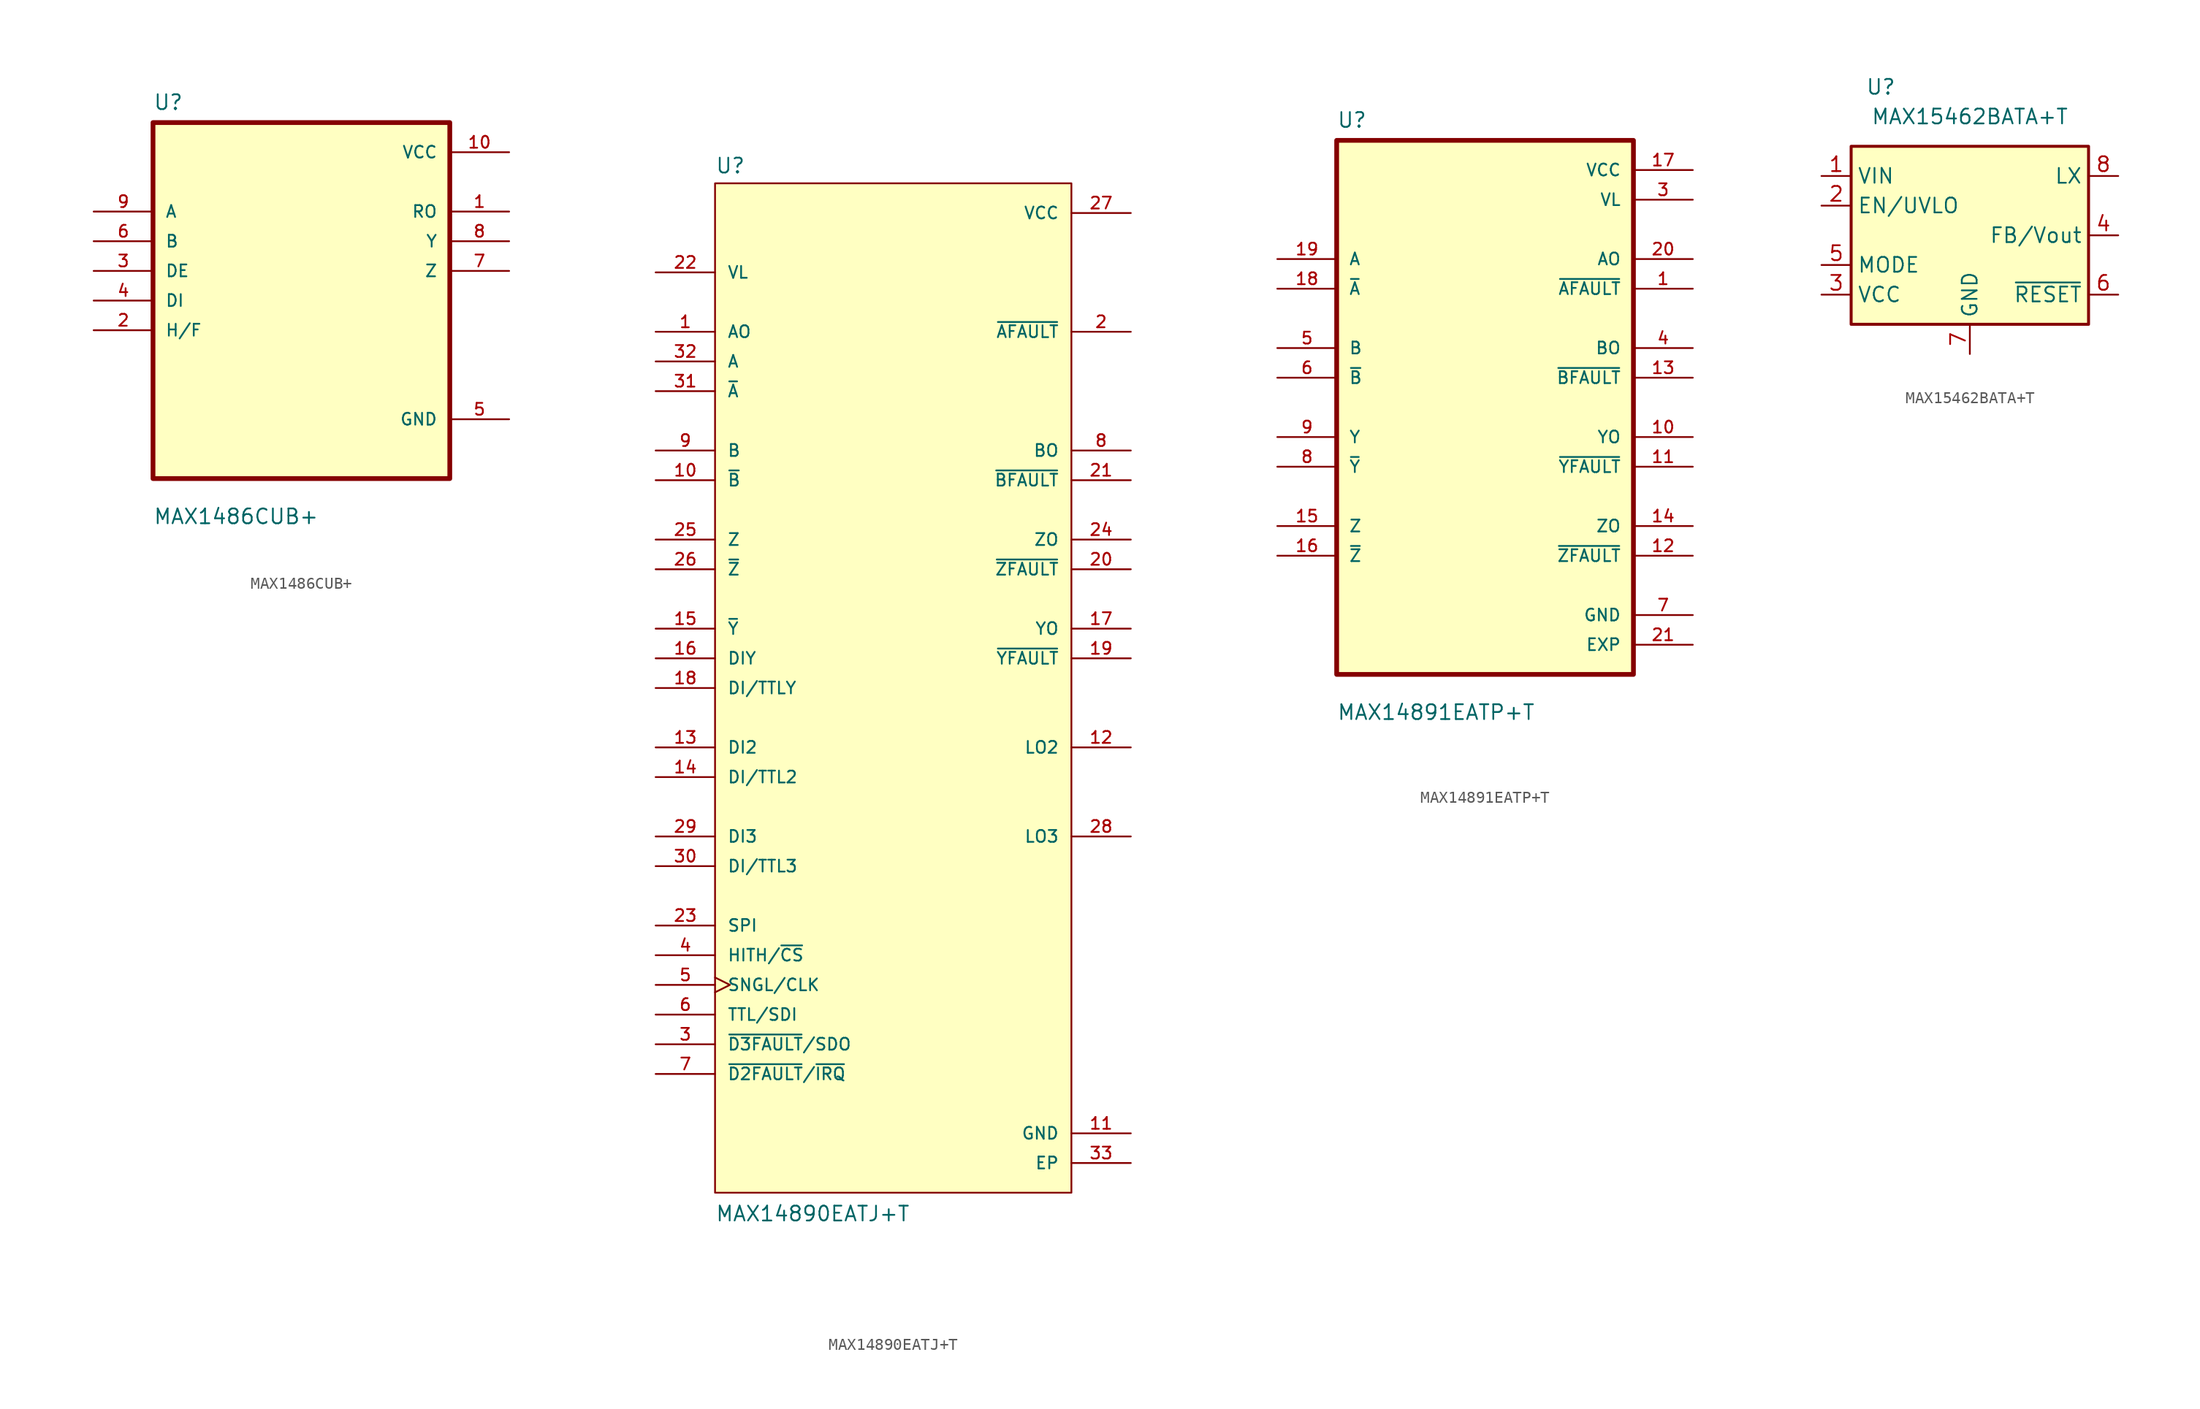
<source format=kicad_sym>
(kicad_symbol_lib
  (version 20211014)
  (generator kicad_symbol_editor)
  (symbol "MAX1486CUB+"
    (pin_names
      (offset 1.016))
    (property "Reference" "U"
      (at -12.7 16.231 0)
      (effects (font (size 1.27 1.27)) (justify left bottom)))
    (property "Value" "MAX1486CUB+"
      (at -12.7 -19.228 0)
      (effects (font (size 1.27 1.27)) (justify left bottom)))
    (property "ki_locked" ""
      (at 0 0 0)
      (effects (font (size 1.27 1.27))))
    (symbol "MAX1486CUB+_0_0"
      (rectangle (start -12.7 -15.24) (end 12.7 15.24) (stroke (width 0.406) (type default) (color 0 0 0 0)) (fill (type background)))
      (pin output line (at 17.78 7.62 180) (length 5.08) (name "RO" (effects (font (size 1.016 1.016)))) (number "1" (effects (font (size 1.016 1.016)))))
      (pin power_in line (at 17.78 12.7 180) (length 5.08) (name "VCC" (effects (font (size 1.016 1.016)))) (number "10" (effects (font (size 1.016 1.016)))))
      (pin input line (at -17.78 -2.54 0) (length 5.08) (name "H/F" (effects (font (size 1.016 1.016)))) (number "2" (effects (font (size 1.016 1.016)))))
      (pin input line (at -17.78 2.54 0) (length 5.08) (name "DE" (effects (font (size 1.016 1.016)))) (number "3" (effects (font (size 1.016 1.016)))))
      (pin input line (at -17.78 0 0) (length 5.08) (name "DI" (effects (font (size 1.016 1.016)))) (number "4" (effects (font (size 1.016 1.016)))))
      (pin power_in line (at 17.78 -10.16 180) (length 5.08) (name "GND" (effects (font (size 1.016 1.016)))) (number "5" (effects (font (size 1.016 1.016)))))
      (pin input line (at -17.78 5.08 0) (length 5.08) (name "B" (effects (font (size 1.016 1.016)))) (number "6" (effects (font (size 1.016 1.016)))))
      (pin output line (at 17.78 2.54 180) (length 5.08) (name "Z" (effects (font (size 1.016 1.016)))) (number "7" (effects (font (size 1.016 1.016)))))
      (pin output line (at 17.78 5.08 180) (length 5.08) (name "Y" (effects (font (size 1.016 1.016)))) (number "8" (effects (font (size 1.016 1.016)))))
      (pin input line (at -17.78 7.62 0) (length 5.08) (name "A" (effects (font (size 1.016 1.016)))) (number "9" (effects (font (size 1.016 1.016)))))))
  (symbol "MAX14890EATJ+T"
    (pin_names
      (offset 1.016))
    (property "Reference" "U"
      (at -15.24 43.942 0)
      (effects (font (size 1.27 1.27)) (justify left bottom)))
    (property "Value" "MAX14890EATJ+T"
      (at -15.24 -45.72 0)
      (effects (font (size 1.27 1.27)) (justify left bottom)))
    (property "ki_locked" ""
      (at 0 0 0)
      (effects (font (size 1.27 1.27))))
    (symbol "MAX14890EATJ+T_0_0"
      (rectangle (start -15.24 -43.18) (end 15.24 43.18) (stroke (width 0.152) (type default) (color 0 0 0 0)) (fill (type background)))
      (pin input line (at -20.32 30.48 0) (length 5.08) (name "AO" (effects (font (size 1.016 1.016)))) (number "1" (effects (font (size 1.016 1.016)))))
      (pin input line (at -20.32 17.78 0) (length 5.08) (name "~{B}" (effects (font (size 1.016 1.016)))) (number "10" (effects (font (size 1.016 1.016)))))
      (pin power_in line (at 20.32 -38.1 180) (length 5.08) (name "GND" (effects (font (size 1.016 1.016)))) (number "11" (effects (font (size 1.016 1.016)))))
      (pin output line (at 20.32 -5.08 180) (length 5.08) (name "LO2" (effects (font (size 1.016 1.016)))) (number "12" (effects (font (size 1.016 1.016)))))
      (pin input line (at -20.32 -5.08 0) (length 5.08) (name "DI2" (effects (font (size 1.016 1.016)))) (number "13" (effects (font (size 1.016 1.016)))))
      (pin input line (at -20.32 -7.62 0) (length 5.08) (name "DI/TTL2" (effects (font (size 1.016 1.016)))) (number "14" (effects (font (size 1.016 1.016)))))
      (pin input line (at -20.32 5.08 0) (length 5.08) (name "~{Y}" (effects (font (size 1.016 1.016)))) (number "15" (effects (font (size 1.016 1.016)))))
      (pin input line (at -20.32 2.54 0) (length 5.08) (name "DIY" (effects (font (size 1.016 1.016)))) (number "16" (effects (font (size 1.016 1.016)))))
      (pin output line (at 20.32 5.08 180) (length 5.08) (name "YO" (effects (font (size 1.016 1.016)))) (number "17" (effects (font (size 1.016 1.016)))))
      (pin input line (at -20.32 0 0) (length 5.08) (name "DI/TTLY" (effects (font (size 1.016 1.016)))) (number "18" (effects (font (size 1.016 1.016)))))
      (pin output line (at 20.32 2.54 180) (length 5.08) (name "~{YFAULT}" (effects (font (size 1.016 1.016)))) (number "19" (effects (font (size 1.016 1.016)))))
      (pin output line (at 20.32 30.48 180) (length 5.08) (name "~{AFAULT}" (effects (font (size 1.016 1.016)))) (number "2" (effects (font (size 1.016 1.016)))))
      (pin output line (at 20.32 10.16 180) (length 5.08) (name "~{ZFAULT}" (effects (font (size 1.016 1.016)))) (number "20" (effects (font (size 1.016 1.016)))))
      (pin output line (at 20.32 17.78 180) (length 5.08) (name "~{BFAULT}" (effects (font (size 1.016 1.016)))) (number "21" (effects (font (size 1.016 1.016)))))
      (pin input line (at -20.32 35.56 0) (length 5.08) (name "VL" (effects (font (size 1.016 1.016)))) (number "22" (effects (font (size 1.016 1.016)))))
      (pin input line (at -20.32 -20.32 0) (length 5.08) (name "SPI" (effects (font (size 1.016 1.016)))) (number "23" (effects (font (size 1.016 1.016)))))
      (pin output line (at 20.32 12.7 180) (length 5.08) (name "ZO" (effects (font (size 1.016 1.016)))) (number "24" (effects (font (size 1.016 1.016)))))
      (pin input line (at -20.32 12.7 0) (length 5.08) (name "Z" (effects (font (size 1.016 1.016)))) (number "25" (effects (font (size 1.016 1.016)))))
      (pin input line (at -20.32 10.16 0) (length 5.08) (name "~{Z}" (effects (font (size 1.016 1.016)))) (number "26" (effects (font (size 1.016 1.016)))))
      (pin power_in line (at 20.32 40.64 180) (length 5.08) (name "VCC" (effects (font (size 1.016 1.016)))) (number "27" (effects (font (size 1.016 1.016)))))
      (pin output line (at 20.32 -12.7 180) (length 5.08) (name "LO3" (effects (font (size 1.016 1.016)))) (number "28" (effects (font (size 1.016 1.016)))))
      (pin input line (at -20.32 -12.7 0) (length 5.08) (name "DI3" (effects (font (size 1.016 1.016)))) (number "29" (effects (font (size 1.016 1.016)))))
      (pin output line (at -20.32 -30.48 0) (length 5.08) (name "~{D3FAULT}/SDO" (effects (font (size 1.016 1.016)))) (number "3" (effects (font (size 1.016 1.016)))))
      (pin input line (at -20.32 -15.24 0) (length 5.08) (name "DI/TTL3" (effects (font (size 1.016 1.016)))) (number "30" (effects (font (size 1.016 1.016)))))
      (pin input line (at -20.32 25.4 0) (length 5.08) (name "~{A}" (effects (font (size 1.016 1.016)))) (number "31" (effects (font (size 1.016 1.016)))))
      (pin input line (at -20.32 27.94 0) (length 5.08) (name "A" (effects (font (size 1.016 1.016)))) (number "32" (effects (font (size 1.016 1.016)))))
      (pin power_in line (at 20.32 -40.64 180) (length 5.08) (name "EP" (effects (font (size 1.016 1.016)))) (number "33" (effects (font (size 1.016 1.016)))))
      (pin input line (at -20.32 -22.86 0) (length 5.08) (name "HITH/~{CS}" (effects (font (size 1.016 1.016)))) (number "4" (effects (font (size 1.016 1.016)))))
      (pin input clock (at -20.32 -25.4 0) (length 5.08) (name "SNGL/CLK" (effects (font (size 1.016 1.016)))) (number "5" (effects (font (size 1.016 1.016)))))
      (pin input line (at -20.32 -27.94 0) (length 5.08) (name "TTL/SDI" (effects (font (size 1.016 1.016)))) (number "6" (effects (font (size 1.016 1.016)))))
      (pin output line (at -20.32 -33.02 0) (length 5.08) (name "~{D2FAULT}/~{IRQ}" (effects (font (size 1.016 1.016)))) (number "7" (effects (font (size 1.016 1.016)))))
      (pin output line (at 20.32 20.32 180) (length 5.08) (name "BO" (effects (font (size 1.016 1.016)))) (number "8" (effects (font (size 1.016 1.016)))))
      (pin input line (at -20.32 20.32 0) (length 5.08) (name "B" (effects (font (size 1.016 1.016)))) (number "9" (effects (font (size 1.016 1.016)))))))
  (symbol "MAX14891EATP+T"
    (pin_names
      (offset 1.016))
    (property "Reference" "U"
      (at -12.7 23.851 0)
      (effects (font (size 1.27 1.27)) (justify left bottom)))
    (property "Value" "MAX14891EATP+T"
      (at -12.7 -26.848 0)
      (effects (font (size 1.27 1.27)) (justify left bottom)))
    (property "ki_locked" ""
      (at 0 0 0)
      (effects (font (size 1.27 1.27))))
    (symbol "MAX14891EATP+T_0_0"
      (rectangle (start -12.7 -22.86) (end 12.7 22.86) (stroke (width 0.406) (type default) (color 0 0 0 0)) (fill (type background)))
      (pin output line (at 17.78 10.16 180) (length 5.08) (name "~{AFAULT}" (effects (font (size 1.016 1.016)))) (number "1" (effects (font (size 1.016 1.016)))))
      (pin output line (at 17.78 -2.54 180) (length 5.08) (name "YO" (effects (font (size 1.016 1.016)))) (number "10" (effects (font (size 1.016 1.016)))))
      (pin output line (at 17.78 -5.08 180) (length 5.08) (name "~{YFAULT}" (effects (font (size 1.016 1.016)))) (number "11" (effects (font (size 1.016 1.016)))))
      (pin output line (at 17.78 -12.7 180) (length 5.08) (name "~{ZFAULT}" (effects (font (size 1.016 1.016)))) (number "12" (effects (font (size 1.016 1.016)))))
      (pin output line (at 17.78 2.54 180) (length 5.08) (name "~{BFAULT}" (effects (font (size 1.016 1.016)))) (number "13" (effects (font (size 1.016 1.016)))))
      (pin output line (at 17.78 -10.16 180) (length 5.08) (name "ZO" (effects (font (size 1.016 1.016)))) (number "14" (effects (font (size 1.016 1.016)))))
      (pin input line (at -17.78 -10.16 0) (length 5.08) (name "Z" (effects (font (size 1.016 1.016)))) (number "15" (effects (font (size 1.016 1.016)))))
      (pin input line (at -17.78 -12.7 0) (length 5.08) (name "~{Z}" (effects (font (size 1.016 1.016)))) (number "16" (effects (font (size 1.016 1.016)))))
      (pin power_in line (at 17.78 20.32 180) (length 5.08) (name "VCC" (effects (font (size 1.016 1.016)))) (number "17" (effects (font (size 1.016 1.016)))))
      (pin input line (at -17.78 10.16 0) (length 5.08) (name "~{A}" (effects (font (size 1.016 1.016)))) (number "18" (effects (font (size 1.016 1.016)))))
      (pin input line (at -17.78 12.7 0) (length 5.08) (name "A" (effects (font (size 1.016 1.016)))) (number "19" (effects (font (size 1.016 1.016)))))
      (pin output line (at 17.78 12.7 180) (length 5.08) (name "AO" (effects (font (size 1.016 1.016)))) (number "20" (effects (font (size 1.016 1.016)))))
      (pin power_in line (at 17.78 -20.32 180) (length 5.08) (name "EXP" (effects (font (size 1.016 1.016)))) (number "21" (effects (font (size 1.016 1.016)))))
      (pin power_in line (at 17.78 17.78 180) (length 5.08) (name "VL" (effects (font (size 1.016 1.016)))) (number "3" (effects (font (size 1.016 1.016)))))
      (pin output line (at 17.78 5.08 180) (length 5.08) (name "BO" (effects (font (size 1.016 1.016)))) (number "4" (effects (font (size 1.016 1.016)))))
      (pin input line (at -17.78 5.08 0) (length 5.08) (name "B" (effects (font (size 1.016 1.016)))) (number "5" (effects (font (size 1.016 1.016)))))
      (pin input line (at -17.78 2.54 0) (length 5.08) (name "~{B}" (effects (font (size 1.016 1.016)))) (number "6" (effects (font (size 1.016 1.016)))))
      (pin power_in line (at 17.78 -17.78 180) (length 5.08) (name "GND" (effects (font (size 1.016 1.016)))) (number "7" (effects (font (size 1.016 1.016)))))
      (pin input line (at -17.78 -5.08 0) (length 5.08) (name "~{Y}" (effects (font (size 1.016 1.016)))) (number "8" (effects (font (size 1.016 1.016)))))
      (pin input line (at -17.78 -2.54 0) (length 5.08) (name "Y" (effects (font (size 1.016 1.016)))) (number "9" (effects (font (size 1.016 1.016)))))))
  (symbol "MAX15462BATA+T"
    (property "Reference" "U"
      (at -7.62 6.35 0)
      (effects (font (size 1.27 1.27))))
    (property "Value" "MAX15462BATA+T"
      (at 0 3.81 0)
      (effects (font (size 1.27 1.27))))
    (symbol "MAX15462BATA+T_0_1"
      (rectangle (start -10.16 1.27) (end 10.16 -13.97) (stroke (width 0.254) (type default) (color 0 0 0 0)) (fill (type background))))
    (symbol "MAX15462BATA+T_1_1"
      (pin power_in line (at -12.7 -1.27 0) (length 2.54) (name "VIN" (effects (font (size 1.27 1.27)))) (number "1" (effects (font (size 1.27 1.27)))))
      (pin input line (at -12.7 -3.81 0) (length 2.54) (name "EN/UVLO" (effects (font (size 1.27 1.27)))) (number "2" (effects (font (size 1.27 1.27)))))
      (pin power_out line (at -12.7 -11.43 0) (length 2.54) (name "VCC" (effects (font (size 1.27 1.27)))) (number "3" (effects (font (size 1.27 1.27)))))
      (pin input line (at 12.7 -6.35 180) (length 2.54) (name "FB/Vout" (effects (font (size 1.27 1.27)))) (number "4" (effects (font (size 1.27 1.27)))))
      (pin input line (at -12.7 -8.89 0) (length 2.54) (name "MODE" (effects (font (size 1.27 1.27)))) (number "5" (effects (font (size 1.27 1.27)))))
      (pin open_collector line (at 12.7 -11.43 180) (length 2.54) (name "~{RESET}" (effects (font (size 1.27 1.27)))) (number "6" (effects (font (size 1.27 1.27)))))
      (pin power_in line (at 0 -16.51 90) (length 2.54) (name "GND" (effects (font (size 1.27 1.27)))) (number "7" (effects (font (size 1.27 1.27)))))
      (pin power_out line (at 12.7 -1.27 180) (length 2.54) (name "LX" (effects (font (size 1.27 1.27)))) (number "8" (effects (font (size 1.27 1.27))))))))
</source>
